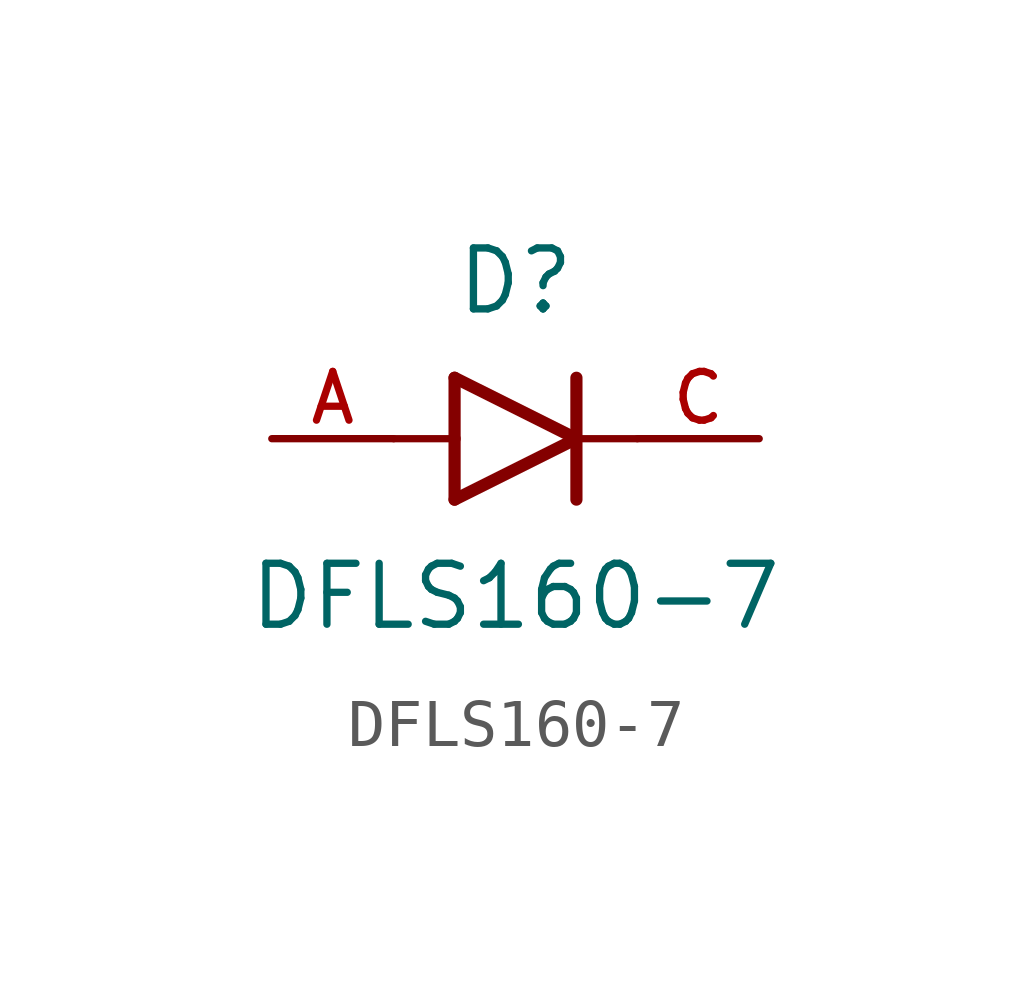
<source format=kicad_sym>
(kicad_symbol_lib
  (version 20211014)
  (generator kicad_symbol_editor)
  (symbol "DFLS160-7"
    (pin_names
      (offset 1.016))
    (property "Reference" "D"
      (at 0.0 2.543 0)
      (effects (font (size 1.27 1.27)) (justify bottom)))
    (property "Value" "DFLS160-7"
      (at 0.0 -2.545 0)
      (effects (font (size 1.27 1.27)) (justify top)))
    (symbol "DFLS160-7_0_0"
      (polyline (pts (xy -1.27 -1.27) (xy 1.27 0.0)) (stroke (width 0.254)))
      (polyline (pts (xy 1.27 0.0) (xy -1.27 1.27)) (stroke (width 0.254)))
      (polyline (pts (xy 1.27 -1.27) (xy 1.27 0.0)) (stroke (width 0.254)))
      (polyline (pts (xy -1.27 1.27) (xy -1.27 0.0)) (stroke (width 0.254)))
      (polyline (pts (xy -1.27 0.0) (xy -1.27 -1.27)) (stroke (width 0.254)))
      (polyline (pts (xy 1.27 0.0) (xy 1.27 1.27)) (stroke (width 0.254)))
      (polyline (pts (xy -2.54 0.0) (xy -1.27 0.0)) (stroke (width 0.152)))
      (polyline (pts (xy 2.54 0.0) (xy 1.27 0.0)) (stroke (width 0.152)))
      (pin passive line (at -5.08 0.0 0) (length 2.54) (name "~" (effects (font (size 1.016 1.016)))) (number "A" (effects (font (size 1.016 1.016)))))
      (pin passive line (at 5.08 0.0 180.0) (length 2.54) (name "~" (effects (font (size 1.016 1.016)))) (number "C" (effects (font (size 1.016 1.016))))))))
</source>
